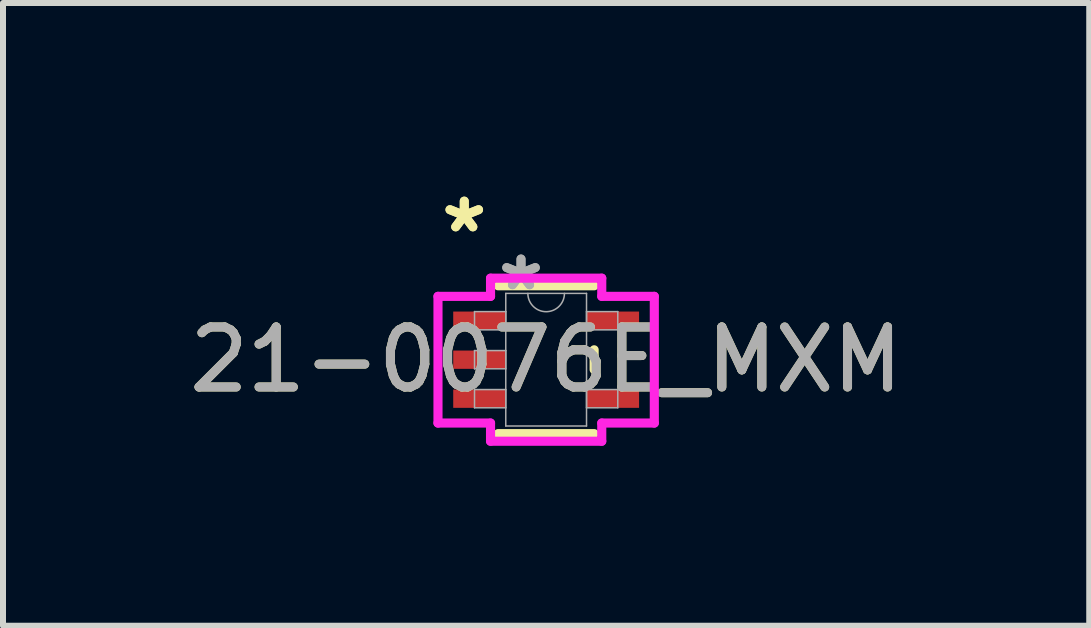
<source format=kicad_pcb>
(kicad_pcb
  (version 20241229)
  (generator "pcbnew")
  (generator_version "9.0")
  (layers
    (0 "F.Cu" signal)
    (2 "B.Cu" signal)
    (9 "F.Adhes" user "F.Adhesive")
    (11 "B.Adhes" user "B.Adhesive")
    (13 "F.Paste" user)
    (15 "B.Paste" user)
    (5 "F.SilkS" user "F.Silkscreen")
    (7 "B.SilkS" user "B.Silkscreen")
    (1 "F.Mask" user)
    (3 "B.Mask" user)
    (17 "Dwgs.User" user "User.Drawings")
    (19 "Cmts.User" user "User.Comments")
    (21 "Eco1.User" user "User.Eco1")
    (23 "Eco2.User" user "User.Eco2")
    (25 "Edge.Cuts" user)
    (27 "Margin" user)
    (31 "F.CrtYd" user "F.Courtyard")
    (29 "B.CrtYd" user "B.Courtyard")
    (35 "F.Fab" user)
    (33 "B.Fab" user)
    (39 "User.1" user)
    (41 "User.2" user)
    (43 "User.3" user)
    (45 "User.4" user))
  (footprint "21-0076E_MXM"
    (layer "F.Cu")
    (at 6.054 2.946)
    (property "Reference" "21-0076E_MXM" (at 0 0 0) (unlocked yes) (layer "F.SilkS") (effects (font (size 1 1) (thickness 0.15))))
    (attr smd)
    (fp_line (start -0.8 1.232) (end 0.8 1.232) (stroke (width 0.152) (type solid)) (layer "F.SilkS"))
    (fp_line (start 0.8 -1.232) (end -0.8 -1.232) (stroke (width 0.152) (type solid)) (layer "F.SilkS"))
    (fp_line (start 0.8 0.165) (end 0.8 -0.165) (stroke (width 0.152) (type solid)) (layer "F.SilkS"))
    (fp_line (start -1.803 -1.056) (end -0.927 -1.056) (stroke (width 0.152) (type solid)) (layer "F.CrtYd"))
    (fp_line (start -1.803 1.056) (end -1.803 -1.056) (stroke (width 0.152) (type solid)) (layer "F.CrtYd"))
    (fp_line (start -0.927 -1.359) (end 0.927 -1.359) (stroke (width 0.152) (type solid)) (layer "F.CrtYd"))
    (fp_line (start -0.927 -1.056) (end -0.927 -1.359) (stroke (width 0.152) (type solid)) (layer "F.CrtYd"))
    (fp_line (start -0.927 1.056) (end -1.803 1.056) (stroke (width 0.152) (type solid)) (layer "F.CrtYd"))
    (fp_line (start -0.927 1.359) (end -0.927 1.056) (stroke (width 0.152) (type solid)) (layer "F.CrtYd"))
    (fp_line (start 0.927 -1.359) (end 0.927 -1.056) (stroke (width 0.152) (type solid)) (layer "F.CrtYd"))
    (fp_line (start 0.927 -1.056) (end 1.803 -1.056) (stroke (width 0.152) (type solid)) (layer "F.CrtYd"))
    (fp_line (start 0.927 1.056) (end 0.927 1.359) (stroke (width 0.152) (type solid)) (layer "F.CrtYd"))
    (fp_line (start 0.927 1.359) (end -0.927 1.359) (stroke (width 0.152) (type solid)) (layer "F.CrtYd"))
    (fp_line (start 1.803 -1.056) (end 1.803 1.056) (stroke (width 0.152) (type solid)) (layer "F.CrtYd"))
    (fp_line (start 1.803 1.056) (end 0.927 1.056) (stroke (width 0.152) (type solid)) (layer "F.CrtYd"))
    (fp_line (start -1.194 -0.802) (end -1.194 -0.498) (stroke (width 0.025) (type solid)) (layer "F.Fab"))
    (fp_line (start -1.194 -0.498) (end -0.673 -0.498) (stroke (width 0.025) (type solid)) (layer "F.Fab"))
    (fp_line (start -1.194 -0.152) (end -1.194 0.152) (stroke (width 0.025) (type solid)) (layer "F.Fab"))
    (fp_line (start -1.194 0.152) (end -0.673 0.152) (stroke (width 0.025) (type solid)) (layer "F.Fab"))
    (fp_line (start -1.194 0.498) (end -1.194 0.802) (stroke (width 0.025) (type solid)) (layer "F.Fab"))
    (fp_line (start -1.194 0.802) (end -0.673 0.802) (stroke (width 0.025) (type solid)) (layer "F.Fab"))
    (fp_line (start -0.673 -1.105) (end -0.673 1.105) (stroke (width 0.025) (type solid)) (layer "F.Fab"))
    (fp_line (start -0.673 -0.802) (end -1.194 -0.802) (stroke (width 0.025) (type solid)) (layer "F.Fab"))
    (fp_line (start -0.673 -0.498) (end -0.673 -0.802) (stroke (width 0.025) (type solid)) (layer "F.Fab"))
    (fp_line (start -0.673 -0.152) (end -1.194 -0.152) (stroke (width 0.025) (type solid)) (layer "F.Fab"))
    (fp_line (start -0.673 0.152) (end -0.673 -0.152) (stroke (width 0.025) (type solid)) (layer "F.Fab"))
    (fp_line (start -0.673 0.498) (end -1.194 0.498) (stroke (width 0.025) (type solid)) (layer "F.Fab"))
    (fp_line (start -0.673 0.802) (end -0.673 0.498) (stroke (width 0.025) (type solid)) (layer "F.Fab"))
    (fp_line (start -0.673 1.105) (end 0.673 1.105) (stroke (width 0.025) (type solid)) (layer "F.Fab"))
    (fp_line (start 0.673 -1.105) (end -0.673 -1.105) (stroke (width 0.025) (type solid)) (layer "F.Fab"))
    (fp_line (start 0.673 -0.802) (end 0.673 -0.498) (stroke (width 0.025) (type solid)) (layer "F.Fab"))
    (fp_line (start 0.673 -0.498) (end 1.194 -0.498) (stroke (width 0.025) (type solid)) (layer "F.Fab"))
    (fp_line (start 0.673 0.498) (end 0.673 0.802) (stroke (width 0.025) (type solid)) (layer "F.Fab"))
    (fp_line (start 0.673 0.802) (end 1.194 0.802) (stroke (width 0.025) (type solid)) (layer "F.Fab"))
    (fp_line (start 0.673 1.105) (end 0.673 -1.105) (stroke (width 0.025) (type solid)) (layer "F.Fab"))
    (fp_line (start 1.194 -0.802) (end 0.673 -0.802) (stroke (width 0.025) (type solid)) (layer "F.Fab"))
    (fp_line (start 1.194 -0.498) (end 1.194 -0.802) (stroke (width 0.025) (type solid)) (layer "F.Fab"))
    (fp_line (start 1.194 0.498) (end 0.673 0.498) (stroke (width 0.025) (type solid)) (layer "F.Fab"))
    (fp_line (start 1.194 0.802) (end 1.194 0.498) (stroke (width 0.025) (type solid)) (layer "F.Fab"))
    (fp_arc (start 0.3048 -1.1049) (mid 0 -0.8001) (end -0.3048 -1.1049) (stroke (width 0.0254) (type solid)) (layer "F.Fab"))
    (fp_text user "*" (at -1.365 -2.098 0) (unlocked yes) (layer "F.SilkS") (effects (font (size 1 1) (thickness 0.15))))
    (fp_text user "*" (at -1.365 -2.098 0) (layer "F.SilkS") (effects (font (size 1 1) (thickness 0.15))))
    (fp_text user "*" (at -0.419 -1.133 0) (unlocked yes) (layer "F.Fab") (effects (font (size 1 1) (thickness 0.15))))
    (fp_text user "${REFERENCE}" (at 0 0 0) (unlocked yes) (layer "F.Fab") (effects (font (size 1 1) (thickness 0.15))))
    (fp_text user "*" (at -0.419 -1.133 0) (layer "F.Fab") (effects (font (size 1 1) (thickness 0.15))))
    (pad "1" smd rect (at -1.111 -0.65) (size 0.876 0.305) (layers "F.Cu" "F.Mask" "F.Paste"))
    (pad "2" smd rect (at -1.111 0) (size 0.876 0.305) (layers "F.Cu" "F.Mask" "F.Paste"))
    (pad "3" smd rect (at -1.111 0.65) (size 0.876 0.305) (layers "F.Cu" "F.Mask" "F.Paste"))
    (pad "4" smd rect (at 1.111 0.65) (size 0.876 0.305) (layers "F.Cu" "F.Mask" "F.Paste"))
    (pad "5" smd rect (at 1.111 -0.65) (size 0.876 0.305) (layers "F.Cu" "F.Mask" "F.Paste")))
  (gr_rect
    (start -3 -3)
    (end 15.107 7.381)
    (stroke (width 0.1) (type default))
    (fill no)
    (layer "Edge.Cuts")))
</source>
